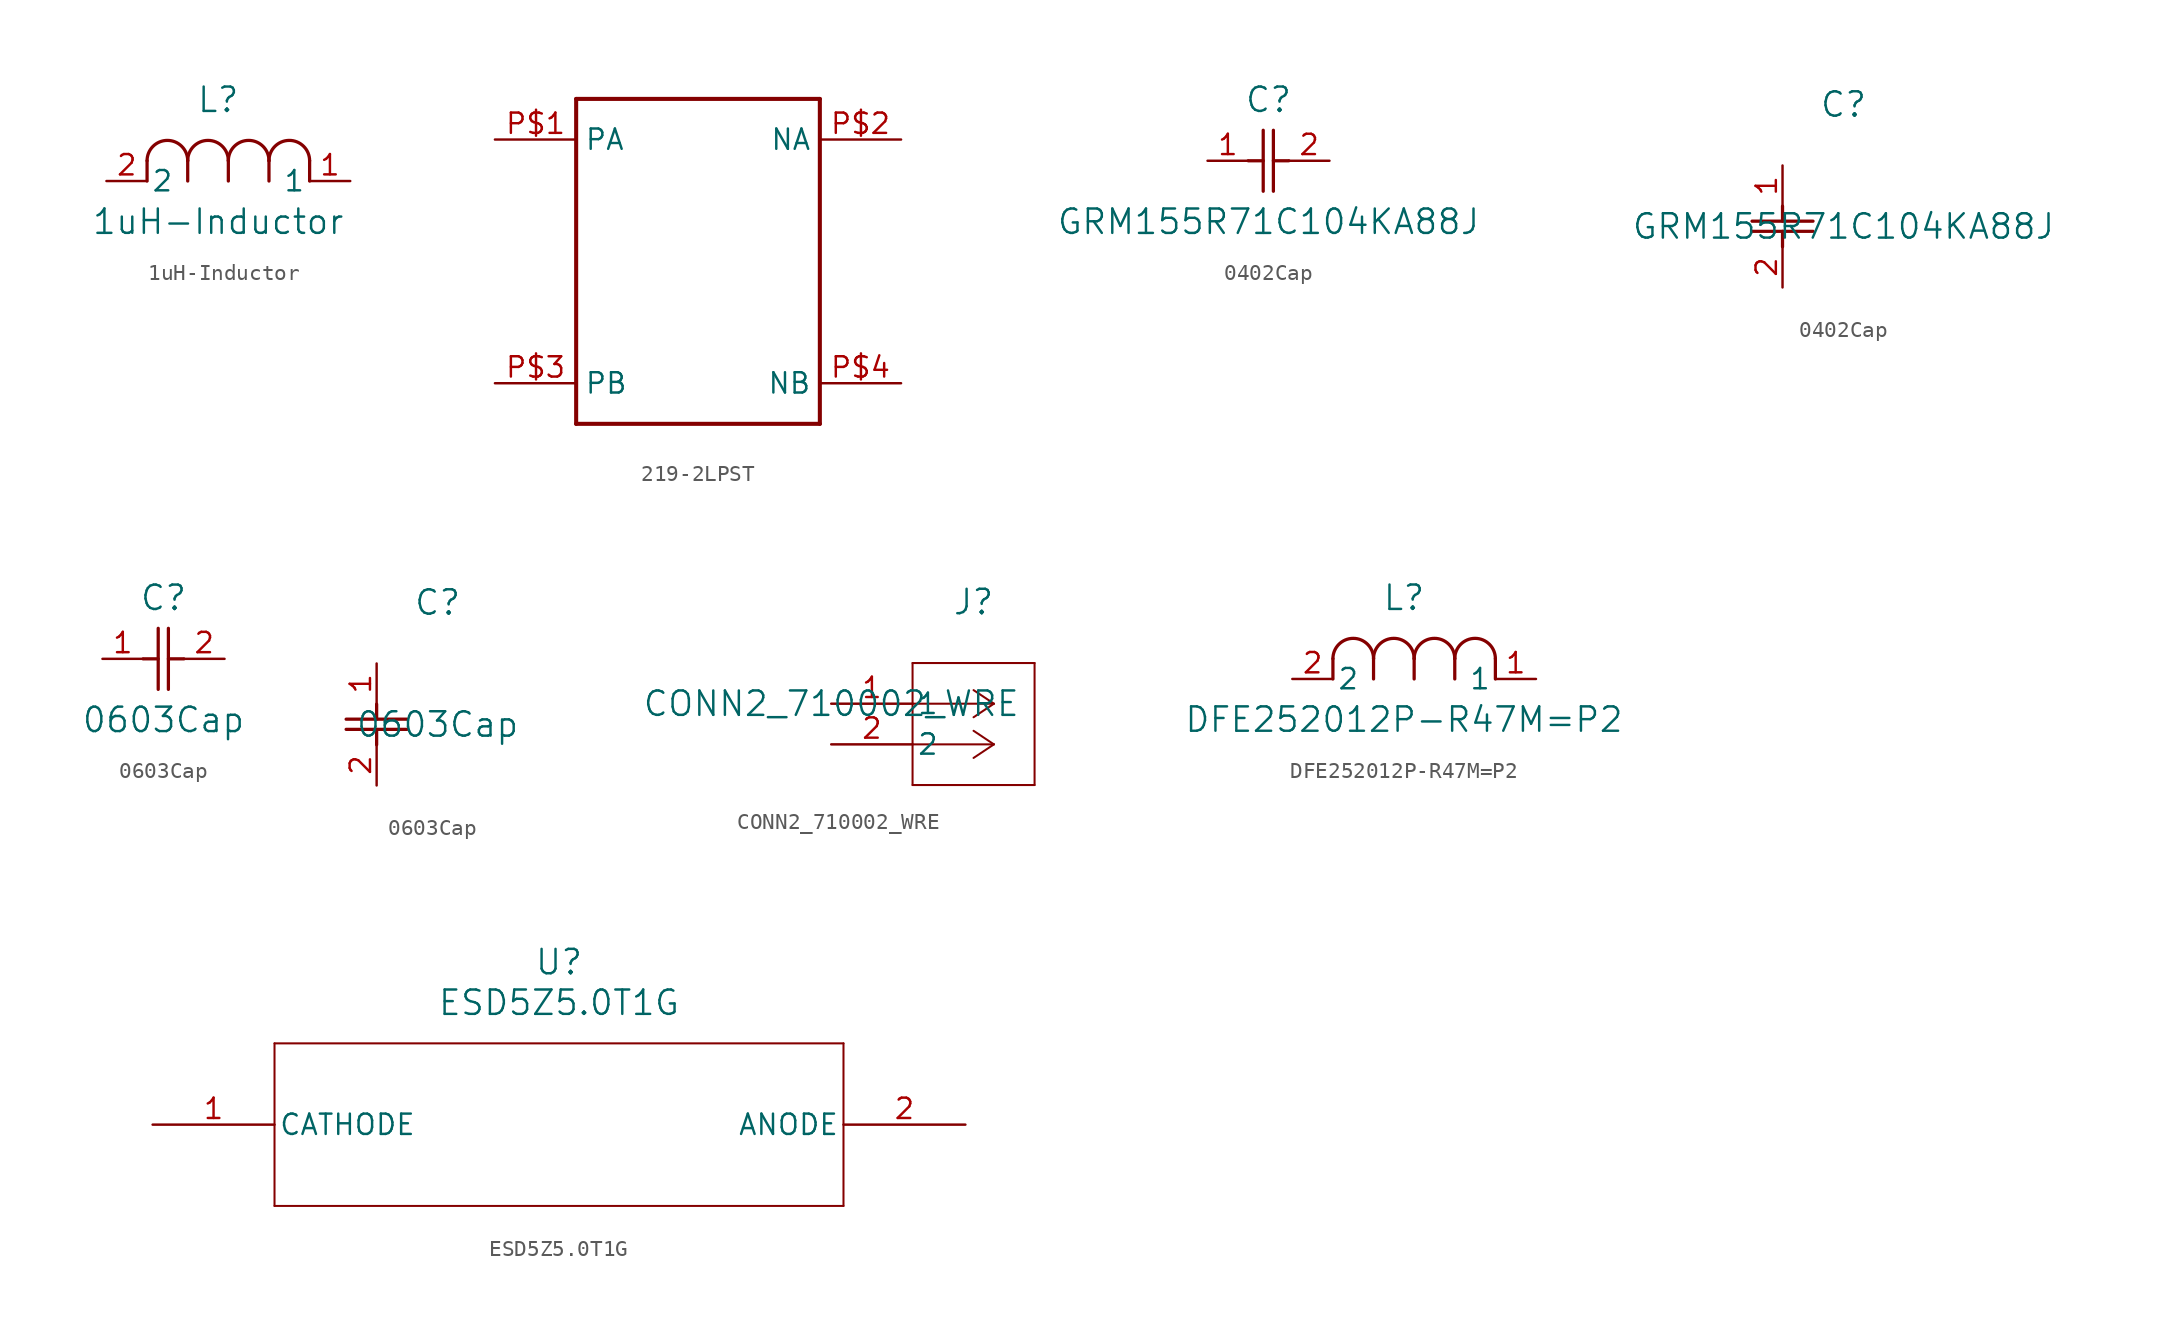
<source format=kicad_sym>
(kicad_symbol_lib
  (version 20231120)
  (generator "kicad_symbol_editor")
  (generator_version "8.0")
  (symbol "1uH-Inductor"
    (pin_names
      (offset 0.254))
    (property "Reference" "L"
      (at 6.985 5.08 0)
      (effects (font (size 1.524 1.524))))
    (property "Value" "1uH-Inductor"
      (at 6.985 -2.54 0)
      (effects (font (size 1.524 1.524))))
    (symbol "1uH-Inductor_0_1"
      (polyline (pts (xy 2.54 0) (xy 2.54 1.27)) (stroke (width 0.203) (type default)) (fill (type none)))
      (polyline (pts (xy 5.08 0) (xy 5.08 1.27)) (stroke (width 0.203) (type default)) (fill (type none)))
      (polyline (pts (xy 7.62 0) (xy 7.62 1.27)) (stroke (width 0.203) (type default)) (fill (type none)))
      (polyline (pts (xy 10.16 0) (xy 10.16 1.27)) (stroke (width 0.203) (type default)) (fill (type none)))
      (polyline (pts (xy 12.7 0) (xy 12.7 1.27)) (stroke (width 0.203) (type default)) (fill (type none)))
      (arc (start 5.08 1.27) (mid 3.81 2.5344) (end 2.54 1.27) (stroke (width 0.2032) (type default)) (fill (type none)))
      (arc (start 7.62 1.27) (mid 6.35 2.5344) (end 5.08 1.27) (stroke (width 0.2032) (type default)) (fill (type none)))
      (arc (start 10.16 1.27) (mid 8.89 2.5344) (end 7.62 1.27) (stroke (width 0.2032) (type default)) (fill (type none)))
      (arc (start 12.7 1.27) (mid 11.43 2.5344) (end 10.16 1.27) (stroke (width 0.2032) (type default)) (fill (type none)))
      (pin unspecified line (at 15.24 0 180) (length 2.54) (name "1" (effects (font (size 1.27 1.27)))) (number "1" (effects (font (size 1.27 1.27)))))
      (pin unspecified line (at 0 0 0) (length 2.54) (name "2" (effects (font (size 1.27 1.27)))) (number "2" (effects (font (size 1.27 1.27)))))))
  (symbol "219-2LPST"
    (property "Reference" "S1"
      (at 0 0 0)
      (effects (font (size 1.27 1.27)) (hide yes)))
    (symbol "219-2LPST_1_0"
      (polyline (pts (xy -7.62 -10.16) (xy -7.62 10.16)) (stroke (width 0.254) (type solid)) (fill (type none)))
      (polyline (pts (xy -7.62 10.16) (xy 7.62 10.16)) (stroke (width 0.254) (type solid)) (fill (type none)))
      (polyline (pts (xy 7.62 -10.16) (xy -7.62 -10.16)) (stroke (width 0.254) (type solid)) (fill (type none)))
      (polyline (pts (xy 7.62 10.16) (xy 7.62 -10.16)) (stroke (width 0.254) (type solid)) (fill (type none)))
      (pin bidirectional line (at -12.7 7.62 0) (length 5.08) (name "PA" (effects (font (size 1.27 1.27)))) (number "P$1" (effects (font (size 1.27 1.27)))))
      (pin bidirectional line (at 12.7 7.62 180) (length 5.08) (name "NA" (effects (font (size 1.27 1.27)))) (number "P$2" (effects (font (size 1.27 1.27)))))
      (pin bidirectional line (at -12.7 -7.62 0) (length 5.08) (name "PB" (effects (font (size 1.27 1.27)))) (number "P$3" (effects (font (size 1.27 1.27)))))
      (pin bidirectional line (at 12.7 -7.62 180) (length 5.08) (name "NB" (effects (font (size 1.27 1.27)))) (number "P$4" (effects (font (size 1.27 1.27)))))))
  (symbol "0402Cap"
    (pin_names
      (offset 0.254))
    (property "Reference" "C"
      (at 3.81 3.81 0)
      (effects (font (size 1.524 1.524))))
    (property "Value" "GRM155R71C104KA88J"
      (at 3.81 -3.81 0)
      (effects (font (size 1.524 1.524))))
    (symbol "0402Cap_1_1"
      (polyline (pts (xy 2.54 0) (xy 3.48 0)) (stroke (width 0.203) (type default)) (fill (type none)))
      (polyline (pts (xy 3.48 -1.905) (xy 3.48 1.905)) (stroke (width 0.203) (type default)) (fill (type none)))
      (polyline (pts (xy 4.115 -1.905) (xy 4.115 1.905)) (stroke (width 0.203) (type default)) (fill (type none)))
      (polyline (pts (xy 4.115 0) (xy 5.08 0)) (stroke (width 0.203) (type default)) (fill (type none)))
      (pin unspecified line (at 0 0 0) (length 2.54) (name "" (effects (font (size 1.27 1.27)))) (number "1" (effects (font (size 1.27 1.27)))))
      (pin unspecified line (at 7.62 0 180) (length 2.54) (name "" (effects (font (size 1.27 1.27)))) (number "2" (effects (font (size 1.27 1.27))))))
    (symbol "0402Cap_1_2"
      (polyline (pts (xy -1.905 -4.115) (xy 1.905 -4.115)) (stroke (width 0.203) (type default)) (fill (type none)))
      (polyline (pts (xy -1.905 -3.48) (xy 1.905 -3.48)) (stroke (width 0.203) (type default)) (fill (type none)))
      (polyline (pts (xy 0 -4.115) (xy 0 -5.08)) (stroke (width 0.203) (type default)) (fill (type none)))
      (polyline (pts (xy 0 -2.54) (xy 0 -3.48)) (stroke (width 0.203) (type default)) (fill (type none)))
      (pin unspecified line (at 0 0 270) (length 2.54) (name "" (effects (font (size 1.27 1.27)))) (number "1" (effects (font (size 1.27 1.27)))))
      (pin unspecified line (at 0 -7.62 90) (length 2.54) (name "" (effects (font (size 1.27 1.27)))) (number "2" (effects (font (size 1.27 1.27)))))))
  (symbol "0603Cap"
    (pin_names
      (offset 0.254))
    (property "Reference" "C"
      (at 3.81 3.81 0)
      (effects (font (size 1.524 1.524))))
    (property "Value" "0603Cap"
      (at 3.81 -3.81 0)
      (effects (font (size 1.524 1.524))))
    (symbol "0603Cap_1_1"
      (polyline (pts (xy 2.54 0) (xy 3.48 0)) (stroke (width 0.203) (type default)) (fill (type none)))
      (polyline (pts (xy 3.48 -1.905) (xy 3.48 1.905)) (stroke (width 0.203) (type default)) (fill (type none)))
      (polyline (pts (xy 4.115 -1.905) (xy 4.115 1.905)) (stroke (width 0.203) (type default)) (fill (type none)))
      (polyline (pts (xy 4.115 0) (xy 5.08 0)) (stroke (width 0.203) (type default)) (fill (type none)))
      (pin unspecified line (at 0 0 0) (length 2.54) (name "" (effects (font (size 1.27 1.27)))) (number "1" (effects (font (size 1.27 1.27)))))
      (pin unspecified line (at 7.62 0 180) (length 2.54) (name "" (effects (font (size 1.27 1.27)))) (number "2" (effects (font (size 1.27 1.27))))))
    (symbol "0603Cap_1_2"
      (polyline (pts (xy -1.905 -4.115) (xy 1.905 -4.115)) (stroke (width 0.203) (type default)) (fill (type none)))
      (polyline (pts (xy -1.905 -3.48) (xy 1.905 -3.48)) (stroke (width 0.203) (type default)) (fill (type none)))
      (polyline (pts (xy 0 -4.115) (xy 0 -5.08)) (stroke (width 0.203) (type default)) (fill (type none)))
      (polyline (pts (xy 0 -2.54) (xy 0 -3.48)) (stroke (width 0.203) (type default)) (fill (type none)))
      (pin unspecified line (at 0 0 270) (length 2.54) (name "" (effects (font (size 1.27 1.27)))) (number "1" (effects (font (size 1.27 1.27)))))
      (pin unspecified line (at 0 -7.62 90) (length 2.54) (name "" (effects (font (size 1.27 1.27)))) (number "2" (effects (font (size 1.27 1.27)))))))
  (symbol "CONN2_710002_WRE"
    (pin_names
      (offset 0.254))
    (property "Reference" "J"
      (at 8.89 6.35 0)
      (effects (font (size 1.524 1.524))))
    (property "Value" "CONN2_710002_WRE"
      (at 0 0 0)
      (effects (font (size 1.524 1.524))))
    (property "ki_locked" ""
      (at 0 0 0)
      (effects (font (size 1.27 1.27))))
    (symbol "CONN2_710002_WRE_0_1"
      (polyline (pts (xy 5.08 -5.08) (xy 12.7 -5.08)) (stroke (width 0.127) (type default)) (fill (type none)))
      (polyline (pts (xy 5.08 2.54) (xy 5.08 -5.08)) (stroke (width 0.127) (type default)) (fill (type none)))
      (polyline (pts (xy 10.16 -2.54) (xy 5.08 -2.54)) (stroke (width 0.127) (type default)) (fill (type none)))
      (polyline (pts (xy 10.16 -2.54) (xy 8.89 -3.387)) (stroke (width 0.127) (type default)) (fill (type none)))
      (polyline (pts (xy 10.16 -2.54) (xy 8.89 -1.693)) (stroke (width 0.127) (type default)) (fill (type none)))
      (polyline (pts (xy 10.16 0) (xy 5.08 0)) (stroke (width 0.127) (type default)) (fill (type none)))
      (polyline (pts (xy 10.16 0) (xy 8.89 -0.847)) (stroke (width 0.127) (type default)) (fill (type none)))
      (polyline (pts (xy 10.16 0) (xy 8.89 0.847)) (stroke (width 0.127) (type default)) (fill (type none)))
      (polyline (pts (xy 12.7 -5.08) (xy 12.7 2.54)) (stroke (width 0.127) (type default)) (fill (type none)))
      (polyline (pts (xy 12.7 2.54) (xy 5.08 2.54)) (stroke (width 0.127) (type default)) (fill (type none)))
      (pin unspecified line (at 0 0 0) (length 5.08) (name "1" (effects (font (size 1.27 1.27)))) (number "1" (effects (font (size 1.27 1.27)))))
      (pin unspecified line (at 0 -2.54 0) (length 5.08) (name "2" (effects (font (size 1.27 1.27)))) (number "2" (effects (font (size 1.27 1.27)))))))
  (symbol "DFE252012P-R47M=P2"
    (pin_names
      (offset 0.254))
    (property "Reference" "L"
      (at 6.985 5.08 0)
      (effects (font (size 1.524 1.524))))
    (property "Value" "DFE252012P-R47M=P2"
      (at 6.985 -2.54 0)
      (effects (font (size 1.524 1.524))))
    (property "ki_locked" ""
      (at 0 0 0)
      (effects (font (size 1.27 1.27))))
    (symbol "DFE252012P-R47M=P2_0_1"
      (polyline (pts (xy 2.54 0) (xy 2.54 1.27)) (stroke (width 0.203) (type default)) (fill (type none)))
      (polyline (pts (xy 5.08 0) (xy 5.08 1.27)) (stroke (width 0.203) (type default)) (fill (type none)))
      (polyline (pts (xy 7.62 0) (xy 7.62 1.27)) (stroke (width 0.203) (type default)) (fill (type none)))
      (polyline (pts (xy 10.16 0) (xy 10.16 1.27)) (stroke (width 0.203) (type default)) (fill (type none)))
      (polyline (pts (xy 12.7 0) (xy 12.7 1.27)) (stroke (width 0.203) (type default)) (fill (type none)))
      (arc (start 5.08 1.27) (mid 3.81 2.5344) (end 2.54 1.27) (stroke (width 0.2032) (type default)) (fill (type none)))
      (arc (start 7.62 1.27) (mid 6.35 2.5344) (end 5.08 1.27) (stroke (width 0.2032) (type default)) (fill (type none)))
      (arc (start 10.16 1.27) (mid 8.89 2.5344) (end 7.62 1.27) (stroke (width 0.2032) (type default)) (fill (type none)))
      (arc (start 12.7 1.27) (mid 11.43 2.5344) (end 10.16 1.27) (stroke (width 0.2032) (type default)) (fill (type none)))
      (pin unspecified line (at 15.24 0 180) (length 2.54) (name "1" (effects (font (size 1.27 1.27)))) (number "1" (effects (font (size 1.27 1.27)))))
      (pin unspecified line (at 0 0 0) (length 2.54) (name "2" (effects (font (size 1.27 1.27)))) (number "2" (effects (font (size 1.27 1.27)))))))
  (symbol "ESD5Z5.0T1G"
    (pin_names
      (offset 0.254))
    (property "Reference" "U"
      (at 25.4 10.16 0)
      (effects (font (size 1.524 1.524))))
    (property "Value" "ESD5Z5.0T1G"
      (at 25.4 7.62 0)
      (effects (font (size 1.524 1.524))))
    (symbol "ESD5Z5.0T1G_0_1"
      (polyline (pts (xy 7.62 -5.08) (xy 43.18 -5.08)) (stroke (width 0.127) (type default)) (fill (type none)))
      (polyline (pts (xy 7.62 5.08) (xy 7.62 -5.08)) (stroke (width 0.127) (type default)) (fill (type none)))
      (polyline (pts (xy 43.18 -5.08) (xy 43.18 5.08)) (stroke (width 0.127) (type default)) (fill (type none)))
      (polyline (pts (xy 43.18 5.08) (xy 7.62 5.08)) (stroke (width 0.127) (type default)) (fill (type none)))
      (pin unspecified line (at 0 0 0) (length 7.62) (name "CATHODE" (effects (font (size 1.27 1.27)))) (number "1" (effects (font (size 1.27 1.27)))))
      (pin unspecified line (at 50.8 0 180) (length 7.62) (name "ANODE" (effects (font (size 1.27 1.27)))) (number "2" (effects (font (size 1.27 1.27))))))))
</source>
